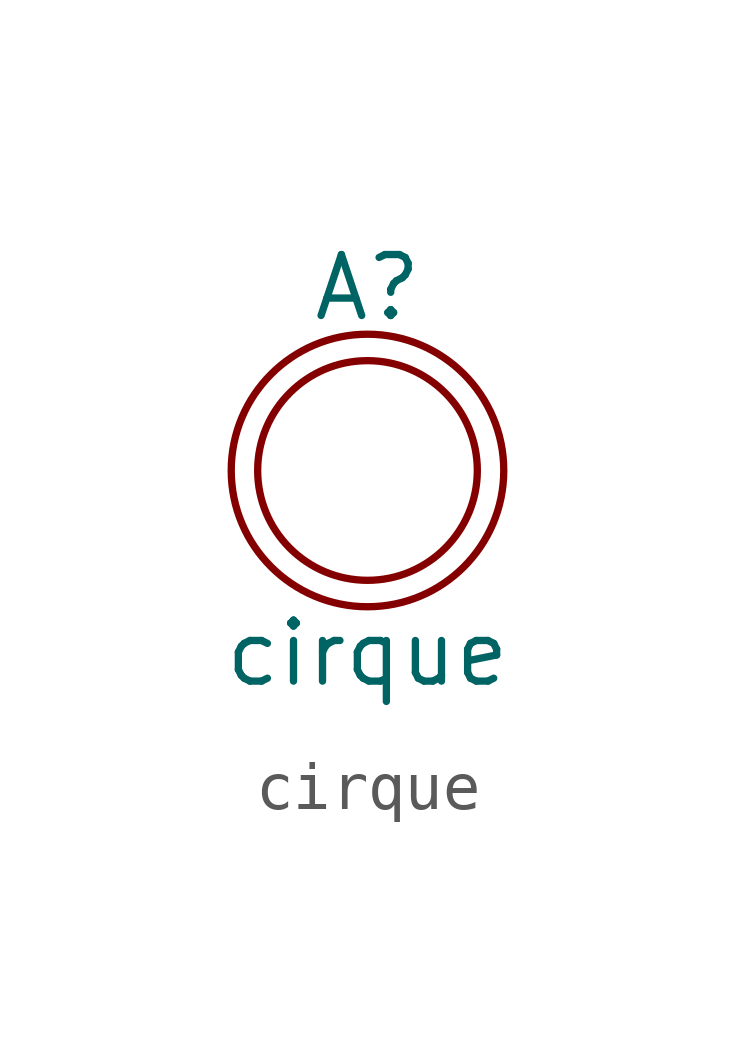
<source format=kicad_sym>
(kicad_symbol_lib
  (version 20211014)
  (generator kicad_symbol_editor)
  (symbol "cirque"
    (property "Reference" "A"
      (at 0 3.81 0)
      (effects (font (size 1.27 1.27))))
    (property "Value" "cirque"
      (at 0 -3.81 0)
      (effects (font (size 1.27 1.27))))
    (symbol "cirque_0_1"
      (circle (center 0 0) (radius 2.84) (stroke (width 0) (type default) (color 0 0 0 0)) (fill (type none)))
      (circle (center 0 0) (radius 2.289) (stroke (width 0) (type default) (color 0 0 0 0)) (fill (type none))))))
</source>
